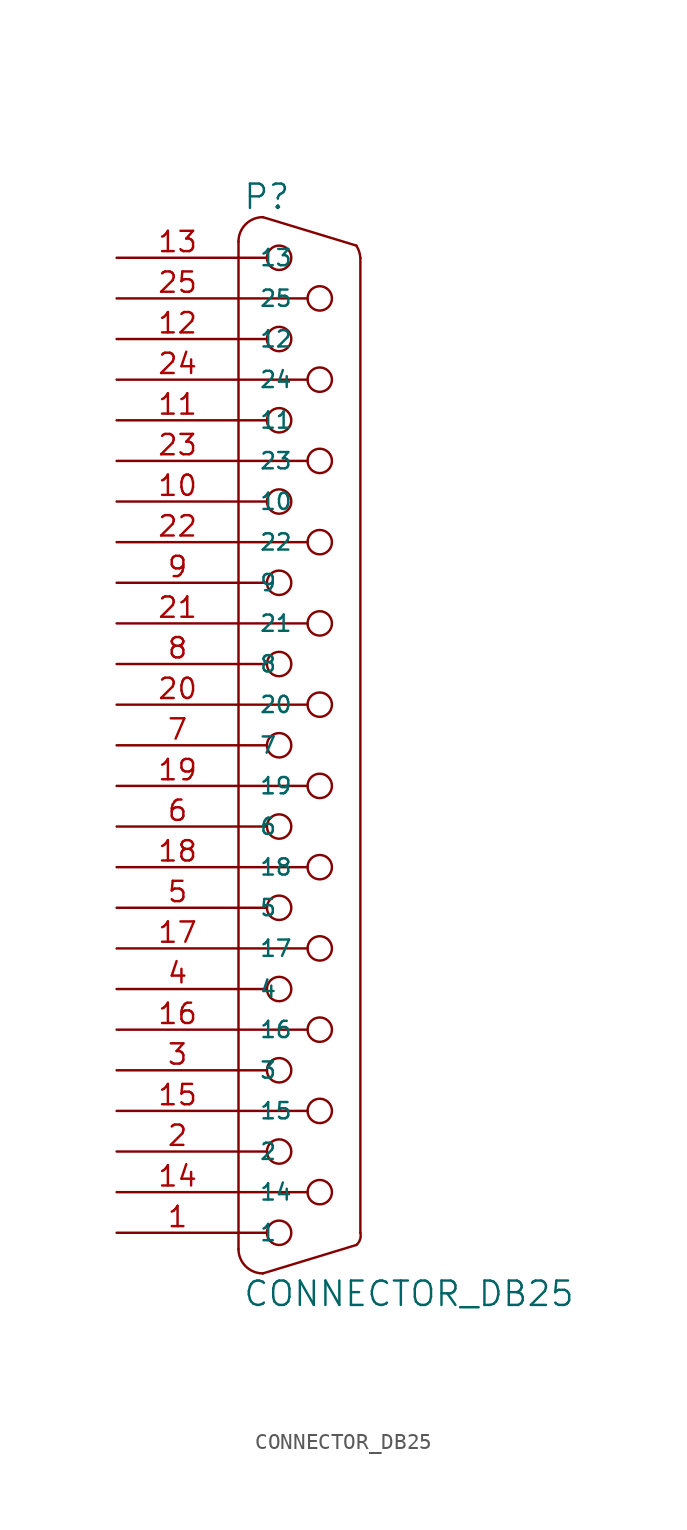
<source format=kicad_sym>
(kicad_symbol_lib
  (version 20231120)
  (generator "kicad_symbol_editor")
  (generator_version "8.0")
  (symbol "CONNECTOR_DB25"
    (pin_names
      (offset 1.27))
    (property "Reference" "P"
      (at 0.254 0.381 0)
      (effects (font (size 1.524 1.524)) (justify left bottom)))
    (property "Value" "CONNECTOR_DB25"
      (at 0.254 -66.421 0)
      (effects (font (size 1.524 1.524)) (justify left top)))
    (symbol "CONNECTOR_DB25_0_1"
      (arc (start 0 -64.516) (mid 0.4464 -65.5936) (end 1.524 -66.04) (stroke (width 0) (type solid)) (fill (type none)))
      (polyline (pts (xy 0 -63.5) (xy 1.778 -63.5)) (stroke (width 0) (type solid)) (fill (type none)))
      (polyline (pts (xy 0 -58.42) (xy 1.778 -58.42)) (stroke (width 0) (type solid)) (fill (type none)))
      (polyline (pts (xy 0 -53.34) (xy 1.778 -53.34)) (stroke (width 0) (type solid)) (fill (type none)))
      (polyline (pts (xy 0 -48.26) (xy 1.778 -48.26)) (stroke (width 0) (type solid)) (fill (type none)))
      (polyline (pts (xy 0 -43.18) (xy 1.778 -43.18)) (stroke (width 0) (type solid)) (fill (type none)))
      (polyline (pts (xy 0 -38.1) (xy 1.778 -38.1)) (stroke (width 0) (type solid)) (fill (type none)))
      (polyline (pts (xy 0 -33.02) (xy 1.778 -33.02)) (stroke (width 0) (type solid)) (fill (type none)))
      (polyline (pts (xy 0 -27.94) (xy 1.778 -27.94)) (stroke (width 0) (type solid)) (fill (type none)))
      (polyline (pts (xy 0 -22.86) (xy 1.778 -22.86)) (stroke (width 0) (type solid)) (fill (type none)))
      (polyline (pts (xy 0 -17.78) (xy 1.778 -17.78)) (stroke (width 0) (type solid)) (fill (type none)))
      (polyline (pts (xy 0 -12.7) (xy 1.778 -12.7)) (stroke (width 0) (type solid)) (fill (type none)))
      (polyline (pts (xy 0 -7.62) (xy 1.778 -7.62)) (stroke (width 0) (type solid)) (fill (type none)))
      (polyline (pts (xy 0 -2.54) (xy 1.778 -2.54)) (stroke (width 0) (type solid)) (fill (type none)))
      (polyline (pts (xy 0 -1.524) (xy 0 -64.516)) (stroke (width 0) (type solid)) (fill (type none)))
      (polyline (pts (xy 4.318 -60.96) (xy 0 -60.96)) (stroke (width 0) (type solid)) (fill (type none)))
      (polyline (pts (xy 4.318 -55.88) (xy 0 -55.88)) (stroke (width 0) (type solid)) (fill (type none)))
      (polyline (pts (xy 4.318 -50.8) (xy 0 -50.8)) (stroke (width 0) (type solid)) (fill (type none)))
      (polyline (pts (xy 4.318 -45.72) (xy 0 -45.72)) (stroke (width 0) (type solid)) (fill (type none)))
      (polyline (pts (xy 4.318 -40.64) (xy 0 -40.64)) (stroke (width 0) (type solid)) (fill (type none)))
      (polyline (pts (xy 4.318 -35.56) (xy 0 -35.56)) (stroke (width 0) (type solid)) (fill (type none)))
      (polyline (pts (xy 4.318 -30.48) (xy 0 -30.48)) (stroke (width 0) (type solid)) (fill (type none)))
      (polyline (pts (xy 4.318 -25.4) (xy 0 -25.4)) (stroke (width 0) (type solid)) (fill (type none)))
      (polyline (pts (xy 4.318 -20.32) (xy 0 -20.32)) (stroke (width 0) (type solid)) (fill (type none)))
      (polyline (pts (xy 4.318 -15.24) (xy 0 -15.24)) (stroke (width 0) (type solid)) (fill (type none)))
      (polyline (pts (xy 4.318 -10.16) (xy 0 -10.16)) (stroke (width 0) (type solid)) (fill (type none)))
      (polyline (pts (xy 4.318 -5.08) (xy 0 -5.08)) (stroke (width 0) (type solid)) (fill (type none)))
      (polyline (pts (xy 7.366 -64.262) (xy 1.524 -66.04)) (stroke (width 0) (type solid)) (fill (type none)))
      (polyline (pts (xy 7.366 -1.778) (xy 1.524 0)) (stroke (width 0) (type solid)) (fill (type none)))
      (polyline (pts (xy 7.62 -63.5) (xy 7.62 -2.54)) (stroke (width 0) (type solid)) (fill (type none)))
      (arc (start 1.524 0) (mid 0.4464 -0.4464) (end 0 -1.524) (stroke (width 0) (type solid)) (fill (type none)))
      (circle (center 2.54 -63.5) (radius 0.762) (stroke (width 0) (type solid)) (fill (type none)))
      (circle (center 2.54 -58.42) (radius 0.762) (stroke (width 0) (type solid)) (fill (type none)))
      (circle (center 2.54 -53.34) (radius 0.762) (stroke (width 0) (type solid)) (fill (type none)))
      (circle (center 2.54 -48.26) (radius 0.762) (stroke (width 0) (type solid)) (fill (type none)))
      (circle (center 2.54 -43.18) (radius 0.762) (stroke (width 0) (type solid)) (fill (type none)))
      (circle (center 2.54 -38.1) (radius 0.762) (stroke (width 0) (type solid)) (fill (type none)))
      (circle (center 2.54 -33.02) (radius 0.762) (stroke (width 0) (type solid)) (fill (type none)))
      (circle (center 2.54 -27.94) (radius 0.762) (stroke (width 0) (type solid)) (fill (type none)))
      (circle (center 2.54 -22.86) (radius 0.762) (stroke (width 0) (type solid)) (fill (type none)))
      (circle (center 2.54 -17.78) (radius 0.762) (stroke (width 0) (type solid)) (fill (type none)))
      (circle (center 2.54 -12.7) (radius 0.762) (stroke (width 0) (type solid)) (fill (type none)))
      (circle (center 2.54 -7.62) (radius 0.762) (stroke (width 0) (type solid)) (fill (type none)))
      (circle (center 2.54 -2.54) (radius 0.762) (stroke (width 0) (type solid)) (fill (type none)))
      (circle (center 5.08 -60.96) (radius 0.762) (stroke (width 0) (type solid)) (fill (type none)))
      (circle (center 5.08 -55.88) (radius 0.762) (stroke (width 0) (type solid)) (fill (type none)))
      (circle (center 5.08 -50.8) (radius 0.762) (stroke (width 0) (type solid)) (fill (type none)))
      (circle (center 5.08 -45.72) (radius 0.762) (stroke (width 0) (type solid)) (fill (type none)))
      (circle (center 5.08 -40.64) (radius 0.762) (stroke (width 0) (type solid)) (fill (type none)))
      (circle (center 5.08 -35.56) (radius 0.762) (stroke (width 0) (type solid)) (fill (type none)))
      (circle (center 5.08 -30.48) (radius 0.762) (stroke (width 0) (type solid)) (fill (type none)))
      (circle (center 5.08 -25.4) (radius 0.762) (stroke (width 0) (type solid)) (fill (type none)))
      (circle (center 5.08 -20.32) (radius 0.762) (stroke (width 0) (type solid)) (fill (type none)))
      (circle (center 5.08 -15.24) (radius 0.762) (stroke (width 0) (type solid)) (fill (type none)))
      (circle (center 5.08 -10.16) (radius 0.762) (stroke (width 0) (type solid)) (fill (type none)))
      (circle (center 5.08 -5.08) (radius 0.762) (stroke (width 0) (type solid)) (fill (type none)))
      (arc (start 7.366 -64.262) (mid 7.5996 -63.9124) (end 7.62 -63.5) (stroke (width 0) (type solid)) (fill (type none)))
      (arc (start 7.62 -2.54) (mid 7.5427 -2.1512) (end 7.366 -1.778) (stroke (width 0) (type solid)) (fill (type none))))
    (symbol "CONNECTOR_DB25_1_1"
      (pin passive line (at -7.62 -63.5 0) (length 7.62) (name "1" (effects (font (size 1.016 1.016)))) (number "1" (effects (font (size 1.27 1.27)))))
      (pin passive line (at -7.62 -17.78 0) (length 7.62) (name "10" (effects (font (size 1.016 1.016)))) (number "10" (effects (font (size 1.27 1.27)))))
      (pin passive line (at -7.62 -12.7 0) (length 7.62) (name "11" (effects (font (size 1.016 1.016)))) (number "11" (effects (font (size 1.27 1.27)))))
      (pin passive line (at -7.62 -7.62 0) (length 7.62) (name "12" (effects (font (size 1.016 1.016)))) (number "12" (effects (font (size 1.27 1.27)))))
      (pin passive line (at -7.62 -2.54 0) (length 7.62) (name "13" (effects (font (size 1.016 1.016)))) (number "13" (effects (font (size 1.27 1.27)))))
      (pin passive line (at -7.62 -60.96 0) (length 7.62) (name "14" (effects (font (size 1.016 1.016)))) (number "14" (effects (font (size 1.27 1.27)))))
      (pin passive line (at -7.62 -55.88 0) (length 7.62) (name "15" (effects (font (size 1.016 1.016)))) (number "15" (effects (font (size 1.27 1.27)))))
      (pin passive line (at -7.62 -50.8 0) (length 7.62) (name "16" (effects (font (size 1.016 1.016)))) (number "16" (effects (font (size 1.27 1.27)))))
      (pin passive line (at -7.62 -45.72 0) (length 7.62) (name "17" (effects (font (size 1.016 1.016)))) (number "17" (effects (font (size 1.27 1.27)))))
      (pin passive line (at -7.62 -40.64 0) (length 7.62) (name "18" (effects (font (size 1.016 1.016)))) (number "18" (effects (font (size 1.27 1.27)))))
      (pin passive line (at -7.62 -35.56 0) (length 7.62) (name "19" (effects (font (size 1.016 1.016)))) (number "19" (effects (font (size 1.27 1.27)))))
      (pin passive line (at -7.62 -58.42 0) (length 7.62) (name "2" (effects (font (size 1.016 1.016)))) (number "2" (effects (font (size 1.27 1.27)))))
      (pin passive line (at -7.62 -30.48 0) (length 7.62) (name "20" (effects (font (size 1.016 1.016)))) (number "20" (effects (font (size 1.27 1.27)))))
      (pin passive line (at -7.62 -25.4 0) (length 7.62) (name "21" (effects (font (size 1.016 1.016)))) (number "21" (effects (font (size 1.27 1.27)))))
      (pin passive line (at -7.62 -20.32 0) (length 7.62) (name "22" (effects (font (size 1.016 1.016)))) (number "22" (effects (font (size 1.27 1.27)))))
      (pin passive line (at -7.62 -15.24 0) (length 7.62) (name "23" (effects (font (size 1.016 1.016)))) (number "23" (effects (font (size 1.27 1.27)))))
      (pin passive line (at -7.62 -10.16 0) (length 7.62) (name "24" (effects (font (size 1.016 1.016)))) (number "24" (effects (font (size 1.27 1.27)))))
      (pin passive line (at -7.62 -5.08 0) (length 7.62) (name "25" (effects (font (size 1.016 1.016)))) (number "25" (effects (font (size 1.27 1.27)))))
      (pin passive line (at -7.62 -53.34 0) (length 7.62) (name "3" (effects (font (size 1.016 1.016)))) (number "3" (effects (font (size 1.27 1.27)))))
      (pin passive line (at -7.62 -48.26 0) (length 7.62) (name "4" (effects (font (size 1.016 1.016)))) (number "4" (effects (font (size 1.27 1.27)))))
      (pin passive line (at -7.62 -43.18 0) (length 7.62) (name "5" (effects (font (size 1.016 1.016)))) (number "5" (effects (font (size 1.27 1.27)))))
      (pin passive line (at -7.62 -38.1 0) (length 7.62) (name "6" (effects (font (size 1.016 1.016)))) (number "6" (effects (font (size 1.27 1.27)))))
      (pin passive line (at -7.62 -33.02 0) (length 7.62) (name "7" (effects (font (size 1.016 1.016)))) (number "7" (effects (font (size 1.27 1.27)))))
      (pin passive line (at -7.62 -27.94 0) (length 7.62) (name "8" (effects (font (size 1.016 1.016)))) (number "8" (effects (font (size 1.27 1.27)))))
      (pin passive line (at -7.62 -22.86 0) (length 7.62) (name "9" (effects (font (size 1.016 1.016)))) (number "9" (effects (font (size 1.27 1.27))))))))
</source>
